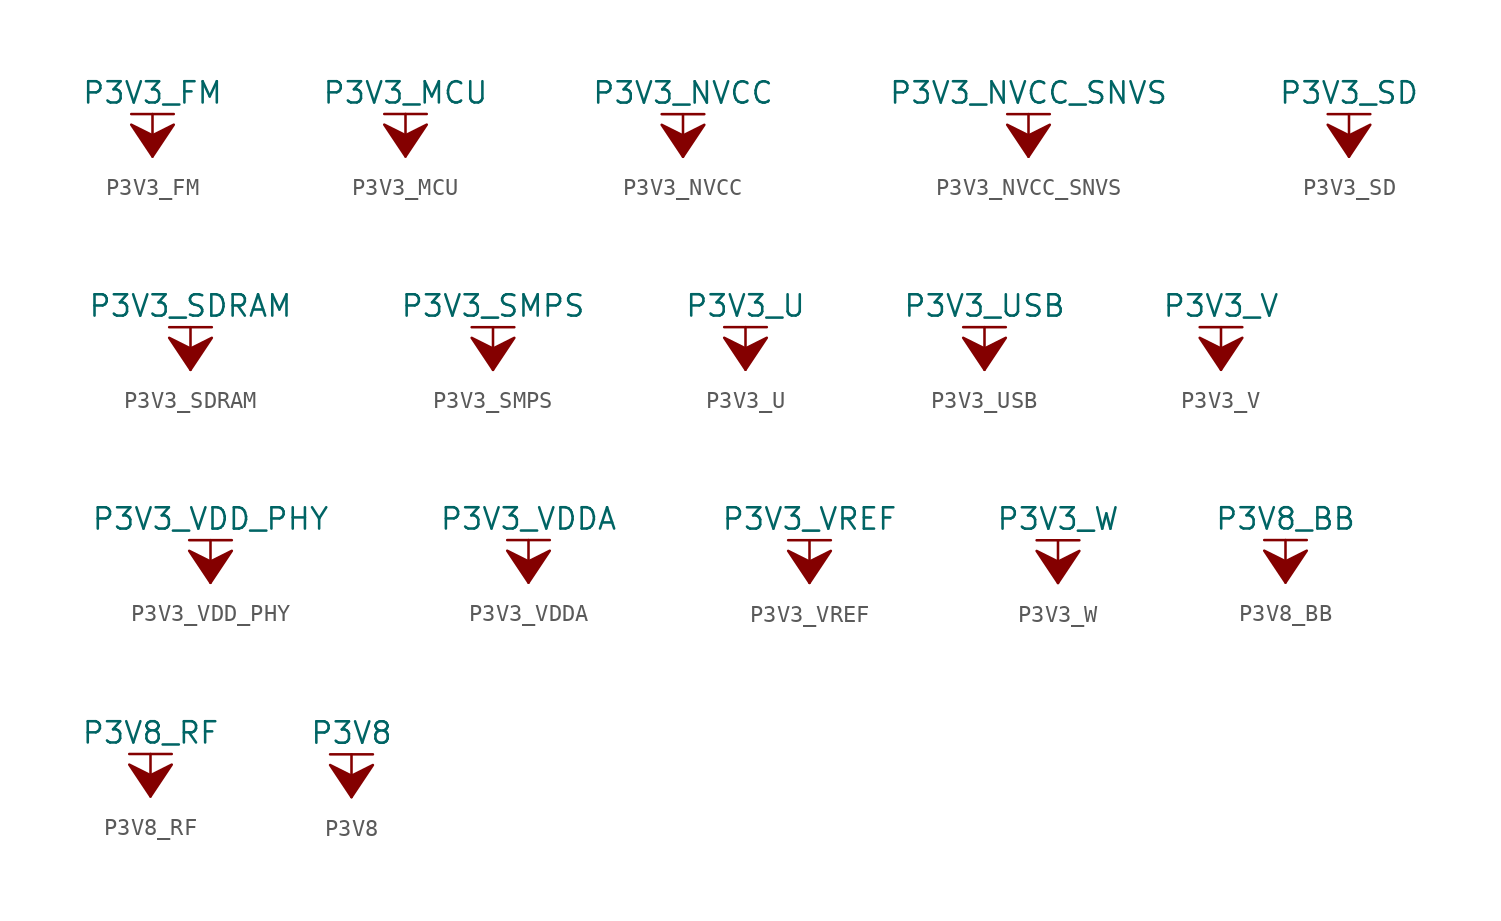
<source format=kicad_sym>
(kicad_symbol_lib
  (version 20211014)
  (generator kicad_symbol_editor)
  (symbol "P3V3_FM"
    (power)
    (pin_names
      (offset 0))
    (property "Reference" "#PWR"
      (at 0 -3.81 0)
      (effects (font (size 1.27 1.27)) hide))
    (property "Value" "P3V3_FM"
      (at 0 3.81 0)
      (effects (font (size 1.27 1.27))))
    (symbol "P3V3_FM_0_1"
      (polyline (pts (xy -1.27 2.54) (xy 1.27 2.54)) (stroke (width 0.152) (type default) (color 0 0 0 0)) (fill (type none)))
      (polyline (pts (xy 0 0) (xy 0 2.54)) (stroke (width 0.152) (type default) (color 0 0 0 0)) (fill (type none)))
      (polyline (pts (xy 0 0) (xy 1.27 1.905) (xy 0 1.27) (xy -1.27 1.905) (xy 0 0)) (stroke (width 0.152) (type default) (color 0 0 0 0)) (fill (type outline))))
    (symbol "P3V3_FM_1_1"
      (pin power_in line (at 0 0 90) (length 0) hide (name "P3V3_FM" (effects (font (size 1.27 1.27)))) (number "1" (effects (font (size 1.27 1.27)))))))
  (symbol "P3V3_MCU"
    (power)
    (pin_names
      (offset 0))
    (property "Reference" "#PWR"
      (at 0 -3.81 0)
      (effects (font (size 1.27 1.27)) hide))
    (property "Value" "P3V3_MCU"
      (at 0 3.81 0)
      (effects (font (size 1.27 1.27))))
    (symbol "P3V3_MCU_0_1"
      (polyline (pts (xy -1.27 2.54) (xy 1.27 2.54)) (stroke (width 0.152) (type default) (color 0 0 0 0)) (fill (type none)))
      (polyline (pts (xy 0 0) (xy 0 2.54)) (stroke (width 0.152) (type default) (color 0 0 0 0)) (fill (type none)))
      (polyline (pts (xy 0 0) (xy 1.27 1.905) (xy 0 1.27) (xy -1.27 1.905) (xy 0 0)) (stroke (width 0.152) (type default) (color 0 0 0 0)) (fill (type outline))))
    (symbol "P3V3_MCU_1_1"
      (pin power_in line (at 0 0 90) (length 0) hide (name "P3V3_MCU" (effects (font (size 1.27 1.27)))) (number "1" (effects (font (size 1.27 1.27)))))))
  (symbol "P3V3_NVCC"
    (power)
    (pin_names
      (offset 0))
    (property "Reference" "#PWR"
      (at 0 -3.81 0)
      (effects (font (size 1.27 1.27)) hide))
    (property "Value" "P3V3_NVCC"
      (at 0 3.81 0)
      (effects (font (size 1.27 1.27))))
    (symbol "P3V3_NVCC_0_1"
      (polyline (pts (xy -1.27 2.54) (xy 1.27 2.54)) (stroke (width 0.152) (type default) (color 0 0 0 0)) (fill (type none)))
      (polyline (pts (xy 0 0) (xy 0 2.54)) (stroke (width 0.152) (type default) (color 0 0 0 0)) (fill (type none)))
      (polyline (pts (xy 0 0) (xy 1.27 1.905) (xy 0 1.27) (xy -1.27 1.905) (xy 0 0)) (stroke (width 0.152) (type default) (color 0 0 0 0)) (fill (type outline))))
    (symbol "P3V3_NVCC_1_1"
      (pin power_in line (at 0 0 90) (length 0) hide (name "P3V3_NVCC" (effects (font (size 1.27 1.27)))) (number "1" (effects (font (size 1.27 1.27)))))))
  (symbol "P3V3_NVCC_SNVS"
    (power)
    (pin_names
      (offset 0))
    (property "Reference" "#PWR"
      (at 0 -3.81 0)
      (effects (font (size 1.27 1.27)) hide))
    (property "Value" "P3V3_NVCC_SNVS"
      (at 0 3.81 0)
      (effects (font (size 1.27 1.27))))
    (symbol "P3V3_NVCC_SNVS_0_1"
      (polyline (pts (xy -1.27 2.54) (xy 1.27 2.54)) (stroke (width 0.152) (type default) (color 0 0 0 0)) (fill (type none)))
      (polyline (pts (xy 0 0) (xy 0 2.54)) (stroke (width 0.152) (type default) (color 0 0 0 0)) (fill (type none)))
      (polyline (pts (xy 0 0) (xy 1.27 1.905) (xy 0 1.27) (xy -1.27 1.905) (xy 0 0)) (stroke (width 0.152) (type default) (color 0 0 0 0)) (fill (type outline))))
    (symbol "P3V3_NVCC_SNVS_1_1"
      (pin power_in line (at 0 0 90) (length 0) hide (name "P3V3_NVCC_SNVS" (effects (font (size 1.27 1.27)))) (number "1" (effects (font (size 1.27 1.27)))))))
  (symbol "P3V3_SD"
    (power)
    (pin_names
      (offset 0))
    (property "Reference" "#PWR"
      (at 0 -3.81 0)
      (effects (font (size 1.27 1.27)) hide))
    (property "Value" "P3V3_SD"
      (at 0 3.81 0)
      (effects (font (size 1.27 1.27))))
    (symbol "P3V3_SD_0_1"
      (polyline (pts (xy -1.27 2.54) (xy 1.27 2.54)) (stroke (width 0.152) (type default) (color 0 0 0 0)) (fill (type none)))
      (polyline (pts (xy 0 0) (xy 0 2.54)) (stroke (width 0.152) (type default) (color 0 0 0 0)) (fill (type none)))
      (polyline (pts (xy 0 0) (xy 1.27 1.905) (xy 0 1.27) (xy -1.27 1.905) (xy 0 0)) (stroke (width 0.152) (type default) (color 0 0 0 0)) (fill (type outline))))
    (symbol "P3V3_SD_1_1"
      (pin power_in line (at 0 0 90) (length 0) hide (name "P3V3_SD" (effects (font (size 1.27 1.27)))) (number "1" (effects (font (size 1.27 1.27)))))))
  (symbol "P3V3_SDRAM"
    (power)
    (pin_names
      (offset 0))
    (property "Reference" "#PWR"
      (at 0 -3.81 0)
      (effects (font (size 1.27 1.27)) hide))
    (property "Value" "P3V3_SDRAM"
      (at 0 3.81 0)
      (effects (font (size 1.27 1.27))))
    (symbol "P3V3_SDRAM_0_1"
      (polyline (pts (xy -1.27 2.54) (xy 1.27 2.54)) (stroke (width 0.152) (type default) (color 0 0 0 0)) (fill (type none)))
      (polyline (pts (xy 0 0) (xy 0 2.54)) (stroke (width 0.152) (type default) (color 0 0 0 0)) (fill (type none)))
      (polyline (pts (xy 0 0) (xy 1.27 1.905) (xy 0 1.27) (xy -1.27 1.905) (xy 0 0)) (stroke (width 0.152) (type default) (color 0 0 0 0)) (fill (type outline))))
    (symbol "P3V3_SDRAM_1_1"
      (pin power_in line (at 0 0 90) (length 0) hide (name "P3V3_SDRAM" (effects (font (size 1.27 1.27)))) (number "1" (effects (font (size 1.27 1.27)))))))
  (symbol "P3V3_SMPS"
    (power)
    (pin_names
      (offset 0))
    (property "Reference" "#PWR"
      (at 0 -3.81 0)
      (effects (font (size 1.27 1.27)) hide))
    (property "Value" "P3V3_SMPS"
      (at 0 3.81 0)
      (effects (font (size 1.27 1.27))))
    (symbol "P3V3_SMPS_0_1"
      (polyline (pts (xy -1.27 2.54) (xy 1.27 2.54)) (stroke (width 0.152) (type default) (color 0 0 0 0)) (fill (type none)))
      (polyline (pts (xy 0 0) (xy 0 2.54)) (stroke (width 0.152) (type default) (color 0 0 0 0)) (fill (type none)))
      (polyline (pts (xy 0 0) (xy 1.27 1.905) (xy 0 1.27) (xy -1.27 1.905) (xy 0 0)) (stroke (width 0.152) (type default) (color 0 0 0 0)) (fill (type outline))))
    (symbol "P3V3_SMPS_1_1"
      (pin power_in line (at 0 0 90) (length 0) hide (name "P3V3_SMPS" (effects (font (size 1.27 1.27)))) (number "1" (effects (font (size 1.27 1.27)))))))
  (symbol "P3V3_U"
    (power)
    (pin_names
      (offset 0))
    (property "Reference" "#PWR"
      (at 0 -3.81 0)
      (effects (font (size 1.27 1.27)) hide))
    (property "Value" "P3V3_U"
      (at 0 3.81 0)
      (effects (font (size 1.27 1.27))))
    (symbol "P3V3_U_0_1"
      (polyline (pts (xy -1.27 2.54) (xy 1.27 2.54)) (stroke (width 0.152) (type default) (color 0 0 0 0)) (fill (type none)))
      (polyline (pts (xy 0 0) (xy 0 2.54)) (stroke (width 0.152) (type default) (color 0 0 0 0)) (fill (type none)))
      (polyline (pts (xy 0 0) (xy 1.27 1.905) (xy 0 1.27) (xy -1.27 1.905) (xy 0 0)) (stroke (width 0.152) (type default) (color 0 0 0 0)) (fill (type outline))))
    (symbol "P3V3_U_1_1"
      (pin power_in line (at 0 0 90) (length 0) hide (name "P3V3_U" (effects (font (size 1.27 1.27)))) (number "1" (effects (font (size 1.27 1.27)))))))
  (symbol "P3V3_USB"
    (power)
    (pin_names
      (offset 0))
    (property "Reference" "#PWR"
      (at 0 -3.81 0)
      (effects (font (size 1.27 1.27)) hide))
    (property "Value" "P3V3_USB"
      (at 0 3.81 0)
      (effects (font (size 1.27 1.27))))
    (symbol "P3V3_USB_0_1"
      (polyline (pts (xy -1.27 2.54) (xy 1.27 2.54)) (stroke (width 0.152) (type default) (color 0 0 0 0)) (fill (type none)))
      (polyline (pts (xy 0 0) (xy 0 2.54)) (stroke (width 0.152) (type default) (color 0 0 0 0)) (fill (type none)))
      (polyline (pts (xy 0 0) (xy 1.27 1.905) (xy 0 1.27) (xy -1.27 1.905) (xy 0 0)) (stroke (width 0.152) (type default) (color 0 0 0 0)) (fill (type outline))))
    (symbol "P3V3_USB_1_1"
      (pin power_in line (at 0 0 90) (length 0) hide (name "P3V3_USB" (effects (font (size 1.27 1.27)))) (number "1" (effects (font (size 1.27 1.27)))))))
  (symbol "P3V3_V"
    (power)
    (pin_names
      (offset 0))
    (property "Reference" "#PWR"
      (at 0 -3.81 0)
      (effects (font (size 1.27 1.27)) hide))
    (property "Value" "P3V3_V"
      (at 0 3.81 0)
      (effects (font (size 1.27 1.27))))
    (symbol "P3V3_V_0_1"
      (polyline (pts (xy -1.27 2.54) (xy 1.27 2.54)) (stroke (width 0.152) (type default) (color 0 0 0 0)) (fill (type none)))
      (polyline (pts (xy 0 0) (xy 0 2.54)) (stroke (width 0.152) (type default) (color 0 0 0 0)) (fill (type none)))
      (polyline (pts (xy 0 0) (xy 1.27 1.905) (xy 0 1.27) (xy -1.27 1.905) (xy 0 0)) (stroke (width 0.152) (type default) (color 0 0 0 0)) (fill (type outline))))
    (symbol "P3V3_V_1_1"
      (pin power_in line (at 0 0 90) (length 0) hide (name "P3V3_V" (effects (font (size 1.27 1.27)))) (number "1" (effects (font (size 1.27 1.27)))))))
  (symbol "P3V3_VDD_PHY"
    (power)
    (pin_names
      (offset 0))
    (property "Reference" "#PWR"
      (at 0 -3.81 0)
      (effects (font (size 1.27 1.27)) hide))
    (property "Value" "P3V3_VDD_PHY"
      (at 0 3.81 0)
      (effects (font (size 1.27 1.27))))
    (symbol "P3V3_VDD_PHY_0_1"
      (polyline (pts (xy -1.27 2.54) (xy 1.27 2.54)) (stroke (width 0.152) (type default) (color 0 0 0 0)) (fill (type none)))
      (polyline (pts (xy 0 0) (xy 0 2.54)) (stroke (width 0.152) (type default) (color 0 0 0 0)) (fill (type none)))
      (polyline (pts (xy 0 0) (xy 1.27 1.905) (xy 0 1.27) (xy -1.27 1.905) (xy 0 0)) (stroke (width 0.152) (type default) (color 0 0 0 0)) (fill (type outline))))
    (symbol "P3V3_VDD_PHY_1_1"
      (pin power_in line (at 0 0 90) (length 0) hide (name "P3V3_VDD_PHY" (effects (font (size 1.27 1.27)))) (number "1" (effects (font (size 1.27 1.27)))))))
  (symbol "P3V3_VDDA"
    (power)
    (pin_names
      (offset 0))
    (property "Reference" "#PWR"
      (at 0 -3.81 0)
      (effects (font (size 1.27 1.27)) hide))
    (property "Value" "P3V3_VDDA"
      (at 0 3.81 0)
      (effects (font (size 1.27 1.27))))
    (symbol "P3V3_VDDA_0_1"
      (polyline (pts (xy -1.27 2.54) (xy 1.27 2.54)) (stroke (width 0.152) (type default) (color 0 0 0 0)) (fill (type none)))
      (polyline (pts (xy 0 0) (xy 0 2.54)) (stroke (width 0.152) (type default) (color 0 0 0 0)) (fill (type none)))
      (polyline (pts (xy 0 0) (xy 1.27 1.905) (xy 0 1.27) (xy -1.27 1.905) (xy 0 0)) (stroke (width 0.152) (type default) (color 0 0 0 0)) (fill (type outline))))
    (symbol "P3V3_VDDA_1_1"
      (pin power_in line (at 0 0 90) (length 0) hide (name "P3V3_VDDA" (effects (font (size 1.27 1.27)))) (number "1" (effects (font (size 1.27 1.27)))))))
  (symbol "P3V3_VREF"
    (power)
    (pin_names
      (offset 0))
    (property "Reference" "#PWR"
      (at 0 -3.81 0)
      (effects (font (size 1.27 1.27)) hide))
    (property "Value" "P3V3_VREF"
      (at 0 3.81 0)
      (effects (font (size 1.27 1.27))))
    (symbol "P3V3_VREF_0_1"
      (polyline (pts (xy -1.27 2.54) (xy 1.27 2.54)) (stroke (width 0.152) (type default) (color 0 0 0 0)) (fill (type none)))
      (polyline (pts (xy 0 0) (xy 0 2.54)) (stroke (width 0.152) (type default) (color 0 0 0 0)) (fill (type none)))
      (polyline (pts (xy 0 0) (xy 1.27 1.905) (xy 0 1.27) (xy -1.27 1.905) (xy 0 0)) (stroke (width 0.152) (type default) (color 0 0 0 0)) (fill (type outline))))
    (symbol "P3V3_VREF_1_1"
      (pin power_in line (at 0 0 90) (length 0) hide (name "P3V3_VREF" (effects (font (size 1.27 1.27)))) (number "1" (effects (font (size 1.27 1.27)))))))
  (symbol "P3V3_W"
    (power)
    (pin_names
      (offset 0))
    (property "Reference" "#PWR"
      (at 0 -3.81 0)
      (effects (font (size 1.27 1.27)) hide))
    (property "Value" "P3V3_W"
      (at 0 3.81 0)
      (effects (font (size 1.27 1.27))))
    (symbol "P3V3_W_0_1"
      (polyline (pts (xy -1.27 2.54) (xy 1.27 2.54)) (stroke (width 0.152) (type default) (color 0 0 0 0)) (fill (type none)))
      (polyline (pts (xy 0 0) (xy 0 2.54)) (stroke (width 0.152) (type default) (color 0 0 0 0)) (fill (type none)))
      (polyline (pts (xy 0 0) (xy 1.27 1.905) (xy 0 1.27) (xy -1.27 1.905) (xy 0 0)) (stroke (width 0.152) (type default) (color 0 0 0 0)) (fill (type outline))))
    (symbol "P3V3_W_1_1"
      (pin power_in line (at 0 0 90) (length 0) hide (name "P3V3_W" (effects (font (size 1.27 1.27)))) (number "1" (effects (font (size 1.27 1.27)))))))
  (symbol "P3V8_BB"
    (power)
    (pin_names
      (offset 0))
    (property "Reference" "#PWR"
      (at 0 -3.81 0)
      (effects (font (size 1.27 1.27)) hide))
    (property "Value" "P3V8_BB"
      (at 0 3.81 0)
      (effects (font (size 1.27 1.27))))
    (symbol "P3V8_BB_0_1"
      (polyline (pts (xy -1.27 2.54) (xy 1.27 2.54)) (stroke (width 0.152) (type default) (color 0 0 0 0)) (fill (type none)))
      (polyline (pts (xy 0 0) (xy 0 2.54)) (stroke (width 0.152) (type default) (color 0 0 0 0)) (fill (type none)))
      (polyline (pts (xy 0 0) (xy 1.27 1.905) (xy 0 1.27) (xy -1.27 1.905) (xy 0 0)) (stroke (width 0.152) (type default) (color 0 0 0 0)) (fill (type outline))))
    (symbol "P3V8_BB_1_1"
      (pin power_in line (at 0 0 90) (length 0) hide (name "P3V8_BB" (effects (font (size 1.27 1.27)))) (number "1" (effects (font (size 1.27 1.27)))))))
  (symbol "P3V8_RF"
    (power)
    (pin_names
      (offset 0))
    (property "Reference" "#PWR"
      (at 0 -3.81 0)
      (effects (font (size 1.27 1.27)) hide))
    (property "Value" "P3V8_RF"
      (at 0 3.81 0)
      (effects (font (size 1.27 1.27))))
    (symbol "P3V8_RF_0_1"
      (polyline (pts (xy -1.27 2.54) (xy 1.27 2.54)) (stroke (width 0.152) (type default) (color 0 0 0 0)) (fill (type none)))
      (polyline (pts (xy 0 0) (xy 0 2.54)) (stroke (width 0.152) (type default) (color 0 0 0 0)) (fill (type none)))
      (polyline (pts (xy 0 0) (xy 1.27 1.905) (xy 0 1.27) (xy -1.27 1.905) (xy 0 0)) (stroke (width 0.152) (type default) (color 0 0 0 0)) (fill (type outline))))
    (symbol "P3V8_RF_1_1"
      (pin power_in line (at 0 0 90) (length 0) hide (name "P3V8_RF" (effects (font (size 1.27 1.27)))) (number "1" (effects (font (size 1.27 1.27)))))))
  (symbol "P3V8"
    (power)
    (pin_names
      (offset 0))
    (property "Reference" "#PWR"
      (at 0 -3.81 0)
      (effects (font (size 1.27 1.27)) hide))
    (property "Value" "P3V8"
      (at 0 3.81 0)
      (effects (font (size 1.27 1.27))))
    (symbol "P3V8_0_1"
      (polyline (pts (xy -1.27 2.54) (xy 1.27 2.54)) (stroke (width 0.152) (type default) (color 0 0 0 0)) (fill (type none)))
      (polyline (pts (xy 0 0) (xy 0 2.54)) (stroke (width 0.152) (type default) (color 0 0 0 0)) (fill (type none)))
      (polyline (pts (xy 0 0) (xy 1.27 1.905) (xy 0 1.27) (xy -1.27 1.905) (xy 0 0)) (stroke (width 0.152) (type default) (color 0 0 0 0)) (fill (type outline))))
    (symbol "P3V8_1_1"
      (pin power_in line (at 0 0 90) (length 0) hide (name "P3V8" (effects (font (size 1.27 1.27)))) (number "1" (effects (font (size 1.27 1.27))))))))
</source>
